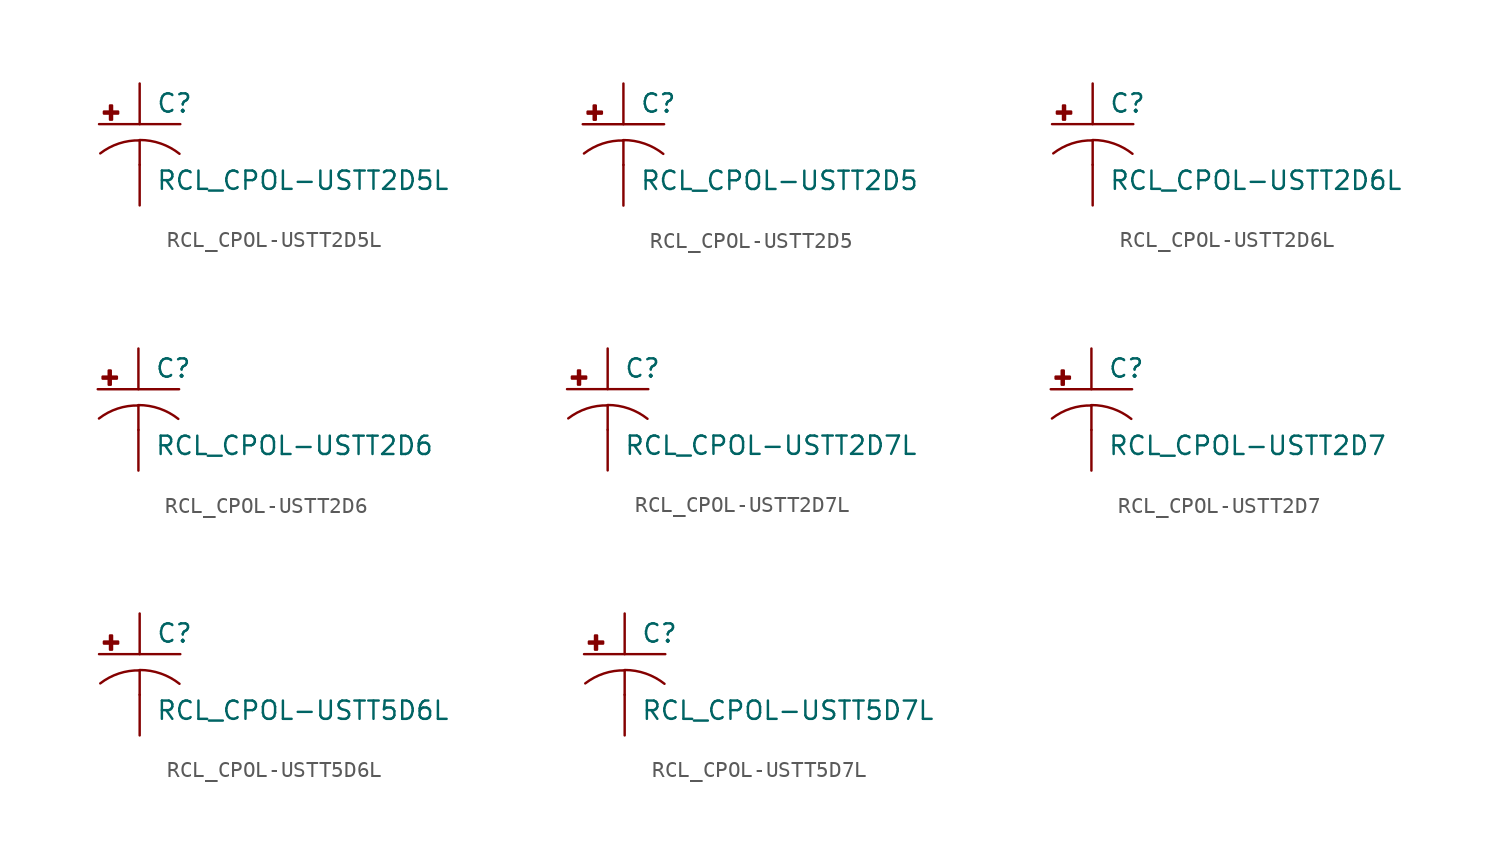
<source format=kicad_sym>
(kicad_symbol_lib
  (version 20210619)
  (generator kicad_symbol_editor)
  (symbol "RCL_CPOL-USTT2D5L"
    (pin_numbers hide)
    (pin_names
      (offset 1.016) hide)
    (property "Reference" "C"
      (at 1.016 0.635 0)
      (effects (font (size 1.143 1.143)) (justify left bottom)))
    (property "Value" "RCL_CPOL-USTT2D5L"
      (at 1.016 -4.191 0)
      (effects (font (size 1.143 1.143)) (justify left bottom)))
    (property "ki_locked" ""
      (at 0 0 0)
      (effects (font (size 1.27 1.27))))
    (symbol "RCL_CPOL-USTT2D5L_1_0"
      (polyline (pts (xy -2.54 0) (xy 2.54 0)) (stroke (width 0)) (fill (type none)))
      (polyline (pts (xy 0 -1.016) (xy 0 -2.54)) (stroke (width 0)) (fill (type none)))
      (polyline (pts (xy 0 -1.016) (xy 0 -1.016)) (stroke (width 0)) (fill (type none))))
    (symbol "RCL_CPOL-USTT2D5L_1_1"
      (arc (start 0 -1.016) (end -2.4638 -1.8288) (radius (at 0 -5.0546) (length 4.0386) (angles 90.1 127.3)) (stroke (width 0)) (fill (type none)))
      (arc (start 2.4892 -1.8542) (end 0 -0.9906) (radius (at 0 -5.0292) (length 4.0386) (angles 52.3 89.9)) (stroke (width 0)) (fill (type none)))
      (rectangle (start -2.235 0.66) (end -1.346 0.787) (stroke (width 0)) (fill (type outline)))
      (rectangle (start -1.854 0.279) (end -1.727 1.168) (stroke (width 0)) (fill (type outline)))
      (pin passive line (at 0 2.54 270) (length 2.54) (name "+" (effects (font (size 1.016 1.016)))) (number "+" (effects (font (size 1.016 1.016)))))
      (pin passive line (at 0 -5.08 90) (length 2.54) (name "-" (effects (font (size 1.016 1.016)))) (number "-" (effects (font (size 1.016 1.016)))))))
  (symbol "RCL_CPOL-USTT2D5"
    (pin_numbers hide)
    (pin_names
      (offset 1.016) hide)
    (property "Reference" "C"
      (at 1.016 0.635 0)
      (effects (font (size 1.143 1.143)) (justify left bottom)))
    (property "Value" "RCL_CPOL-USTT2D5"
      (at 1.016 -4.191 0)
      (effects (font (size 1.143 1.143)) (justify left bottom)))
    (property "ki_locked" ""
      (at 0 0 0)
      (effects (font (size 1.27 1.27))))
    (symbol "RCL_CPOL-USTT2D5_1_0"
      (polyline (pts (xy -2.54 0) (xy 2.54 0)) (stroke (width 0)) (fill (type none)))
      (polyline (pts (xy 0 -1.016) (xy 0 -2.54)) (stroke (width 0)) (fill (type none)))
      (polyline (pts (xy 0 -1.016) (xy 0 -1.016)) (stroke (width 0)) (fill (type none))))
    (symbol "RCL_CPOL-USTT2D5_1_1"
      (arc (start 0 -1.016) (end -2.4638 -1.8288) (radius (at 0 -5.0546) (length 4.0386) (angles 90.1 127.3)) (stroke (width 0)) (fill (type none)))
      (arc (start 2.4892 -1.8542) (end 0 -0.9906) (radius (at 0 -5.0292) (length 4.0386) (angles 52.3 89.9)) (stroke (width 0)) (fill (type none)))
      (rectangle (start -2.235 0.66) (end -1.346 0.787) (stroke (width 0)) (fill (type outline)))
      (rectangle (start -1.854 0.279) (end -1.727 1.168) (stroke (width 0)) (fill (type outline)))
      (pin passive line (at 0 2.54 270) (length 2.54) (name "+" (effects (font (size 1.016 1.016)))) (number "+" (effects (font (size 1.016 1.016)))))
      (pin passive line (at 0 -5.08 90) (length 2.54) (name "-" (effects (font (size 1.016 1.016)))) (number "-" (effects (font (size 1.016 1.016)))))))
  (symbol "RCL_CPOL-USTT2D6L"
    (pin_numbers hide)
    (pin_names
      (offset 1.016) hide)
    (property "Reference" "C"
      (at 1.016 0.635 0)
      (effects (font (size 1.143 1.143)) (justify left bottom)))
    (property "Value" "RCL_CPOL-USTT2D6L"
      (at 1.016 -4.191 0)
      (effects (font (size 1.143 1.143)) (justify left bottom)))
    (property "ki_locked" ""
      (at 0 0 0)
      (effects (font (size 1.27 1.27))))
    (symbol "RCL_CPOL-USTT2D6L_1_0"
      (polyline (pts (xy -2.54 0) (xy 2.54 0)) (stroke (width 0)) (fill (type none)))
      (polyline (pts (xy 0 -1.016) (xy 0 -2.54)) (stroke (width 0)) (fill (type none)))
      (polyline (pts (xy 0 -1.016) (xy 0 -1.016)) (stroke (width 0)) (fill (type none))))
    (symbol "RCL_CPOL-USTT2D6L_1_1"
      (arc (start 0 -1.016) (end -2.4638 -1.8288) (radius (at 0 -5.0546) (length 4.0386) (angles 90.1 127.3)) (stroke (width 0)) (fill (type none)))
      (arc (start 2.4892 -1.8542) (end 0 -0.9906) (radius (at 0 -5.0292) (length 4.0386) (angles 52.3 89.9)) (stroke (width 0)) (fill (type none)))
      (rectangle (start -2.235 0.66) (end -1.346 0.787) (stroke (width 0)) (fill (type outline)))
      (rectangle (start -1.854 0.279) (end -1.727 1.168) (stroke (width 0)) (fill (type outline)))
      (pin passive line (at 0 2.54 270) (length 2.54) (name "+" (effects (font (size 1.016 1.016)))) (number "+" (effects (font (size 1.016 1.016)))))
      (pin passive line (at 0 -5.08 90) (length 2.54) (name "-" (effects (font (size 1.016 1.016)))) (number "-" (effects (font (size 1.016 1.016)))))))
  (symbol "RCL_CPOL-USTT2D6"
    (pin_numbers hide)
    (pin_names
      (offset 1.016) hide)
    (property "Reference" "C"
      (at 1.016 0.635 0)
      (effects (font (size 1.143 1.143)) (justify left bottom)))
    (property "Value" "RCL_CPOL-USTT2D6"
      (at 1.016 -4.191 0)
      (effects (font (size 1.143 1.143)) (justify left bottom)))
    (property "ki_locked" ""
      (at 0 0 0)
      (effects (font (size 1.27 1.27))))
    (symbol "RCL_CPOL-USTT2D6_1_0"
      (polyline (pts (xy -2.54 0) (xy 2.54 0)) (stroke (width 0)) (fill (type none)))
      (polyline (pts (xy 0 -1.016) (xy 0 -2.54)) (stroke (width 0)) (fill (type none)))
      (polyline (pts (xy 0 -1.016) (xy 0 -1.016)) (stroke (width 0)) (fill (type none))))
    (symbol "RCL_CPOL-USTT2D6_1_1"
      (arc (start 0 -1.016) (end -2.4638 -1.8288) (radius (at 0 -5.0546) (length 4.0386) (angles 90.1 127.3)) (stroke (width 0)) (fill (type none)))
      (arc (start 2.4892 -1.8542) (end 0 -0.9906) (radius (at 0 -5.0292) (length 4.0386) (angles 52.3 89.9)) (stroke (width 0)) (fill (type none)))
      (rectangle (start -2.235 0.66) (end -1.346 0.787) (stroke (width 0)) (fill (type outline)))
      (rectangle (start -1.854 0.279) (end -1.727 1.168) (stroke (width 0)) (fill (type outline)))
      (pin passive line (at 0 2.54 270) (length 2.54) (name "+" (effects (font (size 1.016 1.016)))) (number "+" (effects (font (size 1.016 1.016)))))
      (pin passive line (at 0 -5.08 90) (length 2.54) (name "-" (effects (font (size 1.016 1.016)))) (number "-" (effects (font (size 1.016 1.016)))))))
  (symbol "RCL_CPOL-USTT2D7L"
    (pin_numbers hide)
    (pin_names
      (offset 1.016) hide)
    (property "Reference" "C"
      (at 1.016 0.635 0)
      (effects (font (size 1.143 1.143)) (justify left bottom)))
    (property "Value" "RCL_CPOL-USTT2D7L"
      (at 1.016 -4.191 0)
      (effects (font (size 1.143 1.143)) (justify left bottom)))
    (property "ki_locked" ""
      (at 0 0 0)
      (effects (font (size 1.27 1.27))))
    (symbol "RCL_CPOL-USTT2D7L_1_0"
      (polyline (pts (xy -2.54 0) (xy 2.54 0)) (stroke (width 0)) (fill (type none)))
      (polyline (pts (xy 0 -1.016) (xy 0 -2.54)) (stroke (width 0)) (fill (type none)))
      (polyline (pts (xy 0 -1.016) (xy 0 -1.016)) (stroke (width 0)) (fill (type none))))
    (symbol "RCL_CPOL-USTT2D7L_1_1"
      (arc (start 0 -1.016) (end -2.4638 -1.8288) (radius (at 0 -5.0546) (length 4.0386) (angles 90.1 127.3)) (stroke (width 0)) (fill (type none)))
      (arc (start 2.4892 -1.8542) (end 0 -0.9906) (radius (at 0 -5.0292) (length 4.0386) (angles 52.3 89.9)) (stroke (width 0)) (fill (type none)))
      (rectangle (start -2.235 0.66) (end -1.346 0.787) (stroke (width 0)) (fill (type outline)))
      (rectangle (start -1.854 0.279) (end -1.727 1.168) (stroke (width 0)) (fill (type outline)))
      (pin passive line (at 0 2.54 270) (length 2.54) (name "+" (effects (font (size 1.016 1.016)))) (number "+" (effects (font (size 1.016 1.016)))))
      (pin passive line (at 0 -5.08 90) (length 2.54) (name "-" (effects (font (size 1.016 1.016)))) (number "-" (effects (font (size 1.016 1.016)))))))
  (symbol "RCL_CPOL-USTT2D7"
    (pin_numbers hide)
    (pin_names
      (offset 1.016) hide)
    (property "Reference" "C"
      (at 1.016 0.635 0)
      (effects (font (size 1.143 1.143)) (justify left bottom)))
    (property "Value" "RCL_CPOL-USTT2D7"
      (at 1.016 -4.191 0)
      (effects (font (size 1.143 1.143)) (justify left bottom)))
    (property "ki_locked" ""
      (at 0 0 0)
      (effects (font (size 1.27 1.27))))
    (symbol "RCL_CPOL-USTT2D7_1_0"
      (polyline (pts (xy -2.54 0) (xy 2.54 0)) (stroke (width 0)) (fill (type none)))
      (polyline (pts (xy 0 -1.016) (xy 0 -2.54)) (stroke (width 0)) (fill (type none)))
      (polyline (pts (xy 0 -1.016) (xy 0 -1.016)) (stroke (width 0)) (fill (type none))))
    (symbol "RCL_CPOL-USTT2D7_1_1"
      (arc (start 0 -1.016) (end -2.4638 -1.8288) (radius (at 0 -5.0546) (length 4.0386) (angles 90.1 127.3)) (stroke (width 0)) (fill (type none)))
      (arc (start 2.4892 -1.8542) (end 0 -0.9906) (radius (at 0 -5.0292) (length 4.0386) (angles 52.3 89.9)) (stroke (width 0)) (fill (type none)))
      (rectangle (start -2.235 0.66) (end -1.346 0.787) (stroke (width 0)) (fill (type outline)))
      (rectangle (start -1.854 0.279) (end -1.727 1.168) (stroke (width 0)) (fill (type outline)))
      (pin passive line (at 0 2.54 270) (length 2.54) (name "+" (effects (font (size 1.016 1.016)))) (number "+" (effects (font (size 1.016 1.016)))))
      (pin passive line (at 0 -5.08 90) (length 2.54) (name "-" (effects (font (size 1.016 1.016)))) (number "-" (effects (font (size 1.016 1.016)))))))
  (symbol "RCL_CPOL-USTT5D6L"
    (pin_numbers hide)
    (pin_names
      (offset 1.016) hide)
    (property "Reference" "C"
      (at 1.016 0.635 0)
      (effects (font (size 1.143 1.143)) (justify left bottom)))
    (property "Value" "RCL_CPOL-USTT5D6L"
      (at 1.016 -4.191 0)
      (effects (font (size 1.143 1.143)) (justify left bottom)))
    (property "ki_locked" ""
      (at 0 0 0)
      (effects (font (size 1.27 1.27))))
    (symbol "RCL_CPOL-USTT5D6L_1_0"
      (polyline (pts (xy -2.54 0) (xy 2.54 0)) (stroke (width 0)) (fill (type none)))
      (polyline (pts (xy 0 -1.016) (xy 0 -2.54)) (stroke (width 0)) (fill (type none)))
      (polyline (pts (xy 0 -1.016) (xy 0 -1.016)) (stroke (width 0)) (fill (type none))))
    (symbol "RCL_CPOL-USTT5D6L_1_1"
      (arc (start 0 -1.016) (end -2.4638 -1.8288) (radius (at 0 -5.0546) (length 4.0386) (angles 90.1 127.3)) (stroke (width 0)) (fill (type none)))
      (arc (start 2.4892 -1.8542) (end 0 -0.9906) (radius (at 0 -5.0292) (length 4.0386) (angles 52.3 89.9)) (stroke (width 0)) (fill (type none)))
      (rectangle (start -2.235 0.66) (end -1.346 0.787) (stroke (width 0)) (fill (type outline)))
      (rectangle (start -1.854 0.279) (end -1.727 1.168) (stroke (width 0)) (fill (type outline)))
      (pin passive line (at 0 2.54 270) (length 2.54) (name "+" (effects (font (size 1.016 1.016)))) (number "+" (effects (font (size 1.016 1.016)))))
      (pin passive line (at 0 -5.08 90) (length 2.54) (name "-" (effects (font (size 1.016 1.016)))) (number "-" (effects (font (size 1.016 1.016)))))))
  (symbol "RCL_CPOL-USTT5D7L"
    (pin_numbers hide)
    (pin_names
      (offset 1.016) hide)
    (property "Reference" "C"
      (at 1.016 0.635 0)
      (effects (font (size 1.143 1.143)) (justify left bottom)))
    (property "Value" "RCL_CPOL-USTT5D7L"
      (at 1.016 -4.191 0)
      (effects (font (size 1.143 1.143)) (justify left bottom)))
    (property "ki_locked" ""
      (at 0 0 0)
      (effects (font (size 1.27 1.27))))
    (symbol "RCL_CPOL-USTT5D7L_1_0"
      (polyline (pts (xy -2.54 0) (xy 2.54 0)) (stroke (width 0)) (fill (type none)))
      (polyline (pts (xy 0 -1.016) (xy 0 -2.54)) (stroke (width 0)) (fill (type none)))
      (polyline (pts (xy 0 -1.016) (xy 0 -1.016)) (stroke (width 0)) (fill (type none))))
    (symbol "RCL_CPOL-USTT5D7L_1_1"
      (arc (start 0 -1.016) (end -2.4638 -1.8288) (radius (at 0 -5.0546) (length 4.0386) (angles 90.1 127.3)) (stroke (width 0)) (fill (type none)))
      (arc (start 2.4892 -1.8542) (end 0 -0.9906) (radius (at 0 -5.0292) (length 4.0386) (angles 52.3 89.9)) (stroke (width 0)) (fill (type none)))
      (rectangle (start -2.235 0.66) (end -1.346 0.787) (stroke (width 0)) (fill (type outline)))
      (rectangle (start -1.854 0.279) (end -1.727 1.168) (stroke (width 0)) (fill (type outline)))
      (pin passive line (at 0 2.54 270) (length 2.54) (name "+" (effects (font (size 1.016 1.016)))) (number "+" (effects (font (size 1.016 1.016)))))
      (pin passive line (at 0 -5.08 90) (length 2.54) (name "-" (effects (font (size 1.016 1.016)))) (number "-" (effects (font (size 1.016 1.016))))))))
</source>
